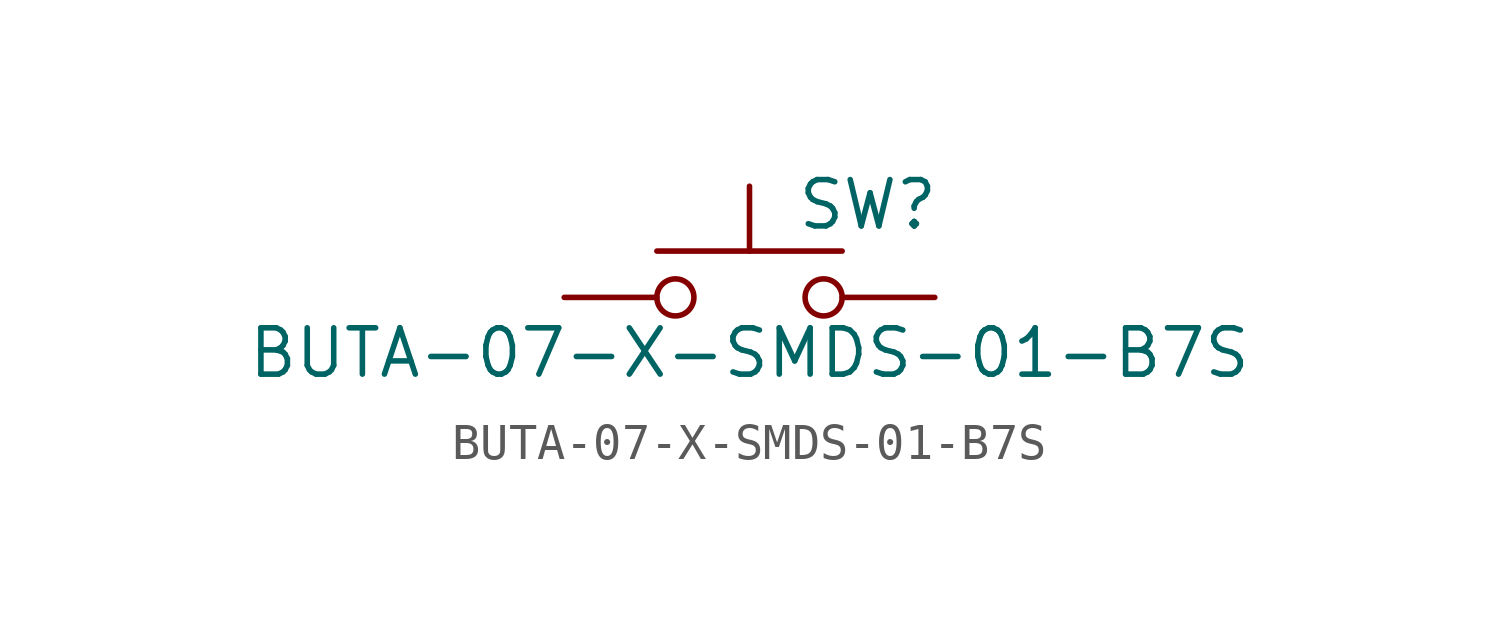
<source format=kicad_sym>
(kicad_symbol_lib
  (version 20211014)
  (generator kicad_symbol_editor)
  (symbol "BUTA-07-X-SMDS-01-B7S"
    (pin_numbers hide)
    (pin_names
      (offset 1.016) hide)
    (property "Reference" "SW"
      (at 1.27 2.54 0)
      (effects (font (size 1.27 1.27)) (justify left)))
    (property "Value" "BUTA-07-X-SMDS-01-B7S"
      (at 0 -1.524 0)
      (effects (font (size 1.27 1.27))))
    (symbol "BUTA-07-X-SMDS-01-B7S_0_1"
      (circle (center -2.032 0) (radius 0.508) (stroke (width 0) (type default) (color 0 0 0 0)) (fill (type none)))
      (polyline (pts (xy 0 1.27) (xy 0 3.048)) (stroke (width 0) (type default) (color 0 0 0 0)) (fill (type none)))
      (polyline (pts (xy 2.54 1.27) (xy -2.54 1.27)) (stroke (width 0) (type default) (color 0 0 0 0)) (fill (type none)))
      (circle (center 2.032 0) (radius 0.508) (stroke (width 0) (type default) (color 0 0 0 0)) (fill (type none)))
      (pin passive line (at -5.08 0 0) (length 2.54) (name "1" (effects (font (size 1.27 1.27)))) (number "1" (effects (font (size 1.27 1.27)))))
      (pin passive line (at 5.08 0 180) (length 2.54) (name "2" (effects (font (size 1.27 1.27)))) (number "2" (effects (font (size 1.27 1.27))))))))
</source>
